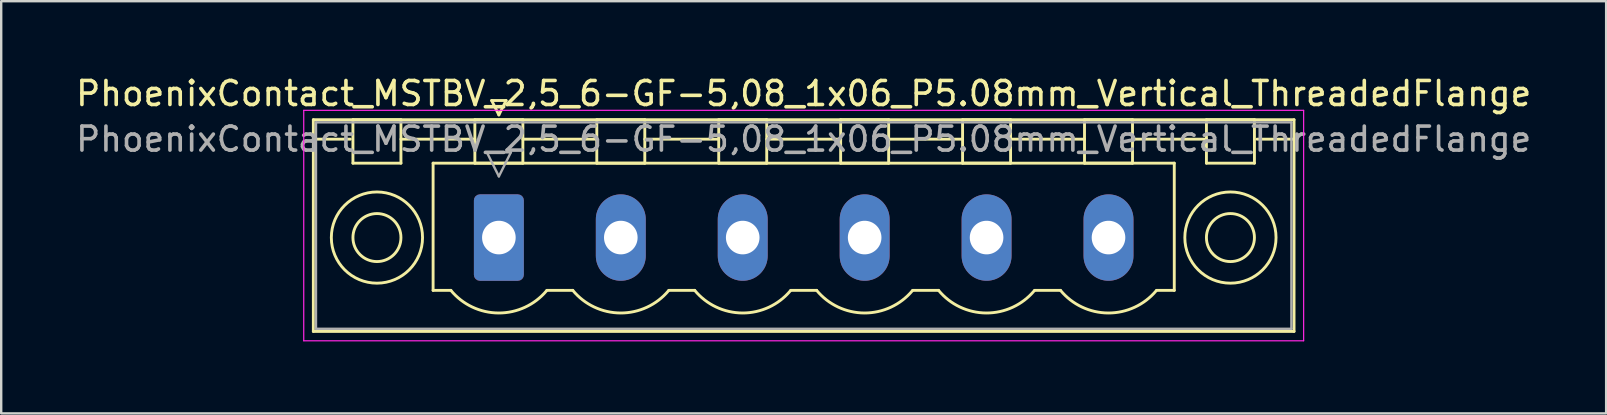
<source format=kicad_pcb>
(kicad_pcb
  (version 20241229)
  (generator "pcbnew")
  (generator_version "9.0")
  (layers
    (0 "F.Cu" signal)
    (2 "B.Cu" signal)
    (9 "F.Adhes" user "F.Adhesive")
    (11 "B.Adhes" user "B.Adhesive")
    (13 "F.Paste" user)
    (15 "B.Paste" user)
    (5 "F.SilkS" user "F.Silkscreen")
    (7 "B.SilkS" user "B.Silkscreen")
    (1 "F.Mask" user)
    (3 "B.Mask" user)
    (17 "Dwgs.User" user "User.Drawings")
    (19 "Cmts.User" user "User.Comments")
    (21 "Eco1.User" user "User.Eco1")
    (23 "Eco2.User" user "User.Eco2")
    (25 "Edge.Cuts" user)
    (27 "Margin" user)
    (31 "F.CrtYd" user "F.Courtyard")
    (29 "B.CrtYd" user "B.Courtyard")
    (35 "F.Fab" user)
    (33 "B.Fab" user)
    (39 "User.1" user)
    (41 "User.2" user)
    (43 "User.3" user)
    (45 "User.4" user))
  (footprint "PhoenixContact_MSTBV_2,5_6-GF-5,08_1x06_P5.08mm_Vertical_ThreadedFlange"
    (layer "F.Cu")
    (at 17.735 6.848)
    (property "Reference" "PhoenixContact_MSTBV_2,5_6-GF-5,08_1x06_P5.08mm_Vertical_ThreadedFlange" (at 12.7 -6 0) (layer "F.SilkS") (effects (font (size 1 1) (thickness 0.15))))
    (attr through_hole)
    (fp_line (start -7.73 -4.91) (end -7.73 3.91) (stroke (width 0.12) (type solid)) (layer "F.SilkS"))
    (fp_line (start -7.73 -4.1) (end -6.19 -4.1) (stroke (width 0.12) (type solid)) (layer "F.SilkS"))
    (fp_line (start -7.73 3.91) (end 33.13 3.91) (stroke (width 0.12) (type solid)) (layer "F.SilkS"))
    (fp_line (start -6.08 -4.91) (end -4.08 -4.91) (stroke (width 0.12) (type solid)) (layer "F.SilkS"))
    (fp_line (start -6.08 -3.1) (end -6.08 -4.91) (stroke (width 0.12) (type solid)) (layer "F.SilkS"))
    (fp_line (start -4.08 -4.91) (end -4.08 -3.1) (stroke (width 0.12) (type solid)) (layer "F.SilkS"))
    (fp_line (start -4.08 -4.1) (end -1 -4.1) (stroke (width 0.12) (type solid)) (layer "F.SilkS"))
    (fp_line (start -4.08 -3.1) (end -6.08 -3.1) (stroke (width 0.12) (type solid)) (layer "F.SilkS"))
    (fp_line (start -2.74 -3.1) (end 28.14 -3.1) (stroke (width 0.12) (type solid)) (layer "F.SilkS"))
    (fp_line (start -2.74 2.2) (end -2.74 -3.1) (stroke (width 0.12) (type solid)) (layer "F.SilkS"))
    (fp_line (start -2 2.2) (end -2.74 2.2) (stroke (width 0.12) (type solid)) (layer "F.SilkS"))
    (fp_line (start -1 -4.91) (end 1 -4.91) (stroke (width 0.12) (type solid)) (layer "F.SilkS"))
    (fp_line (start -1 -3.1) (end -1 -4.91) (stroke (width 0.12) (type solid)) (layer "F.SilkS"))
    (fp_line (start -0.3 -5.71) (end 0.3 -5.71) (stroke (width 0.12) (type solid)) (layer "F.SilkS"))
    (fp_line (start 0 -5.11) (end -0.3 -5.71) (stroke (width 0.12) (type solid)) (layer "F.SilkS"))
    (fp_line (start 0.3 -5.71) (end 0 -5.11) (stroke (width 0.12) (type solid)) (layer "F.SilkS"))
    (fp_line (start 1 -4.91) (end 1 -3.1) (stroke (width 0.12) (type solid)) (layer "F.SilkS"))
    (fp_line (start 1 -4.1) (end 4.08 -4.1) (stroke (width 0.12) (type solid)) (layer "F.SilkS"))
    (fp_line (start 1 -3.1) (end -1 -3.1) (stroke (width 0.12) (type solid)) (layer "F.SilkS"))
    (fp_line (start 2 2.2) (end 3.08 2.2) (stroke (width 0.12) (type solid)) (layer "F.SilkS"))
    (fp_line (start 4.08 -4.91) (end 6.08 -4.91) (stroke (width 0.12) (type solid)) (layer "F.SilkS"))
    (fp_line (start 4.08 -3.1) (end 4.08 -4.91) (stroke (width 0.12) (type solid)) (layer "F.SilkS"))
    (fp_line (start 6.08 -4.91) (end 6.08 -3.1) (stroke (width 0.12) (type solid)) (layer "F.SilkS"))
    (fp_line (start 6.08 -4.1) (end 9.16 -4.1) (stroke (width 0.12) (type solid)) (layer "F.SilkS"))
    (fp_line (start 6.08 -3.1) (end 4.08 -3.1) (stroke (width 0.12) (type solid)) (layer "F.SilkS"))
    (fp_line (start 7.08 2.2) (end 8.16 2.2) (stroke (width 0.12) (type solid)) (layer "F.SilkS"))
    (fp_line (start 9.16 -4.91) (end 11.16 -4.91) (stroke (width 0.12) (type solid)) (layer "F.SilkS"))
    (fp_line (start 9.16 -3.1) (end 9.16 -4.91) (stroke (width 0.12) (type solid)) (layer "F.SilkS"))
    (fp_line (start 11.16 -4.91) (end 11.16 -3.1) (stroke (width 0.12) (type solid)) (layer "F.SilkS"))
    (fp_line (start 11.16 -4.1) (end 14.24 -4.1) (stroke (width 0.12) (type solid)) (layer "F.SilkS"))
    (fp_line (start 11.16 -3.1) (end 9.16 -3.1) (stroke (width 0.12) (type solid)) (layer "F.SilkS"))
    (fp_line (start 12.16 2.2) (end 13.24 2.2) (stroke (width 0.12) (type solid)) (layer "F.SilkS"))
    (fp_line (start 14.24 -4.91) (end 16.24 -4.91) (stroke (width 0.12) (type solid)) (layer "F.SilkS"))
    (fp_line (start 14.24 -3.1) (end 14.24 -4.91) (stroke (width 0.12) (type solid)) (layer "F.SilkS"))
    (fp_line (start 16.24 -4.91) (end 16.24 -3.1) (stroke (width 0.12) (type solid)) (layer "F.SilkS"))
    (fp_line (start 16.24 -4.1) (end 19.32 -4.1) (stroke (width 0.12) (type solid)) (layer "F.SilkS"))
    (fp_line (start 16.24 -3.1) (end 14.24 -3.1) (stroke (width 0.12) (type solid)) (layer "F.SilkS"))
    (fp_line (start 17.24 2.2) (end 18.32 2.2) (stroke (width 0.12) (type solid)) (layer "F.SilkS"))
    (fp_line (start 19.32 -4.91) (end 21.32 -4.91) (stroke (width 0.12) (type solid)) (layer "F.SilkS"))
    (fp_line (start 19.32 -3.1) (end 19.32 -4.91) (stroke (width 0.12) (type solid)) (layer "F.SilkS"))
    (fp_line (start 21.32 -4.91) (end 21.32 -3.1) (stroke (width 0.12) (type solid)) (layer "F.SilkS"))
    (fp_line (start 21.32 -4.1) (end 24.4 -4.1) (stroke (width 0.12) (type solid)) (layer "F.SilkS"))
    (fp_line (start 21.32 -3.1) (end 19.32 -3.1) (stroke (width 0.12) (type solid)) (layer "F.SilkS"))
    (fp_line (start 22.32 2.2) (end 23.4 2.2) (stroke (width 0.12) (type solid)) (layer "F.SilkS"))
    (fp_line (start 24.4 -4.91) (end 26.4 -4.91) (stroke (width 0.12) (type solid)) (layer "F.SilkS"))
    (fp_line (start 24.4 -3.1) (end 24.4 -4.91) (stroke (width 0.12) (type solid)) (layer "F.SilkS"))
    (fp_line (start 26.4 -4.91) (end 26.4 -3.1) (stroke (width 0.12) (type solid)) (layer "F.SilkS"))
    (fp_line (start 26.4 -4.1) (end 29.48 -4.1) (stroke (width 0.12) (type solid)) (layer "F.SilkS"))
    (fp_line (start 26.4 -3.1) (end 24.4 -3.1) (stroke (width 0.12) (type solid)) (layer "F.SilkS"))
    (fp_line (start 28.14 -3.1) (end 28.14 2.2) (stroke (width 0.12) (type solid)) (layer "F.SilkS"))
    (fp_line (start 28.14 2.2) (end 27.4 2.2) (stroke (width 0.12) (type solid)) (layer "F.SilkS"))
    (fp_line (start 29.48 -4.91) (end 31.48 -4.91) (stroke (width 0.12) (type solid)) (layer "F.SilkS"))
    (fp_line (start 29.48 -3.1) (end 29.48 -4.91) (stroke (width 0.12) (type solid)) (layer "F.SilkS"))
    (fp_line (start 31.48 -4.91) (end 31.48 -3.1) (stroke (width 0.12) (type solid)) (layer "F.SilkS"))
    (fp_line (start 31.48 -3.1) (end 29.48 -3.1) (stroke (width 0.12) (type solid)) (layer "F.SilkS"))
    (fp_line (start 33.13 -4.91) (end -7.73 -4.91) (stroke (width 0.12) (type solid)) (layer "F.SilkS"))
    (fp_line (start 33.13 -4.1) (end 31.59 -4.1) (stroke (width 0.12) (type solid)) (layer "F.SilkS"))
    (fp_line (start 33.13 3.91) (end 33.13 -4.91) (stroke (width 0.12) (type solid)) (layer "F.SilkS"))
    (fp_arc (start 1.986842 2.215821) (mid -0.010289 3.142758) (end -2 2.2) (stroke (width 0.12) (type solid)) (layer "F.SilkS"))
    (fp_arc (start 7.066842 2.215821) (mid 5.069711 3.142758) (end 3.08 2.2) (stroke (width 0.12) (type solid)) (layer "F.SilkS"))
    (fp_arc (start 12.146842 2.215821) (mid 10.149711 3.142758) (end 8.16 2.2) (stroke (width 0.12) (type solid)) (layer "F.SilkS"))
    (fp_arc (start 17.226842 2.215821) (mid 15.229711 3.142758) (end 13.24 2.2) (stroke (width 0.12) (type solid)) (layer "F.SilkS"))
    (fp_arc (start 22.306842 2.215821) (mid 20.309711 3.142758) (end 18.32 2.2) (stroke (width 0.12) (type solid)) (layer "F.SilkS"))
    (fp_arc (start 27.386842 2.215821) (mid 25.389711 3.142758) (end 23.4 2.2) (stroke (width 0.12) (type solid)) (layer "F.SilkS"))
    (fp_circle (center -5.08 0) (end -4.08 0) (stroke (width 0.12) (type solid)) (fill no) (layer "F.SilkS"))
    (fp_circle (center -5.08 0) (end -3.18 0) (stroke (width 0.12) (type solid)) (fill no) (layer "F.SilkS"))
    (fp_circle (center 30.48 0) (end 31.48 0) (stroke (width 0.12) (type solid)) (fill no) (layer "F.SilkS"))
    (fp_circle (center 30.48 0) (end 32.38 0) (stroke (width 0.12) (type solid)) (fill no) (layer "F.SilkS"))
    (fp_line (start -8.13 -5.3) (end -8.13 4.3) (stroke (width 0.05) (type solid)) (layer "F.CrtYd"))
    (fp_line (start -8.13 4.3) (end 33.53 4.3) (stroke (width 0.05) (type solid)) (layer "F.CrtYd"))
    (fp_line (start 33.53 -5.3) (end -8.13 -5.3) (stroke (width 0.05) (type solid)) (layer "F.CrtYd"))
    (fp_line (start 33.53 4.3) (end 33.53 -5.3) (stroke (width 0.05) (type solid)) (layer "F.CrtYd"))
    (fp_line (start -7.62 -4.8) (end -7.62 3.8) (stroke (width 0.1) (type solid)) (layer "F.Fab"))
    (fp_line (start -7.62 3.8) (end 33.02 3.8) (stroke (width 0.1) (type solid)) (layer "F.Fab"))
    (fp_line (start -0.5 -3.55) (end 0.5 -3.55) (stroke (width 0.1) (type solid)) (layer "F.Fab"))
    (fp_line (start 0 -2.55) (end -0.5 -3.55) (stroke (width 0.1) (type solid)) (layer "F.Fab"))
    (fp_line (start 0.5 -3.55) (end 0 -2.55) (stroke (width 0.1) (type solid)) (layer "F.Fab"))
    (fp_line (start 33.02 -4.8) (end -7.62 -4.8) (stroke (width 0.1) (type solid)) (layer "F.Fab"))
    (fp_line (start 33.02 3.8) (end 33.02 -4.8) (stroke (width 0.1) (type solid)) (layer "F.Fab"))
    (fp_text user "${REFERENCE}" (at 12.7 -4.1 0) (layer "F.Fab") (effects (font (size 1 1) (thickness 0.15))))
    (pad "1" thru_hole roundrect (at 0 0) (size 2.08 3.6) (drill 1.4) (layers "*.Cu" "*.Mask") (roundrect_rratio 0.12))
    (pad "2" thru_hole oval (at 5.08 0) (size 2.08 3.6) (drill 1.4) (layers "*.Cu" "*.Mask"))
    (pad "3" thru_hole oval (at 10.16 0) (size 2.08 3.6) (drill 1.4) (layers "*.Cu" "*.Mask"))
    (pad "4" thru_hole oval (at 15.24 0) (size 2.08 3.6) (drill 1.4) (layers "*.Cu" "*.Mask"))
    (pad "5" thru_hole oval (at 20.32 0) (size 2.08 3.6) (drill 1.4) (layers "*.Cu" "*.Mask"))
    (pad "6" thru_hole oval (at 25.4 0) (size 2.08 3.6) (drill 1.4) (layers "*.Cu" "*.Mask")))
  (gr_rect
    (start -3 -3)
    (end 63.869 14.173)
    (stroke (width 0.1) (type default))
    (fill no)
    (layer "Edge.Cuts")))
</source>
